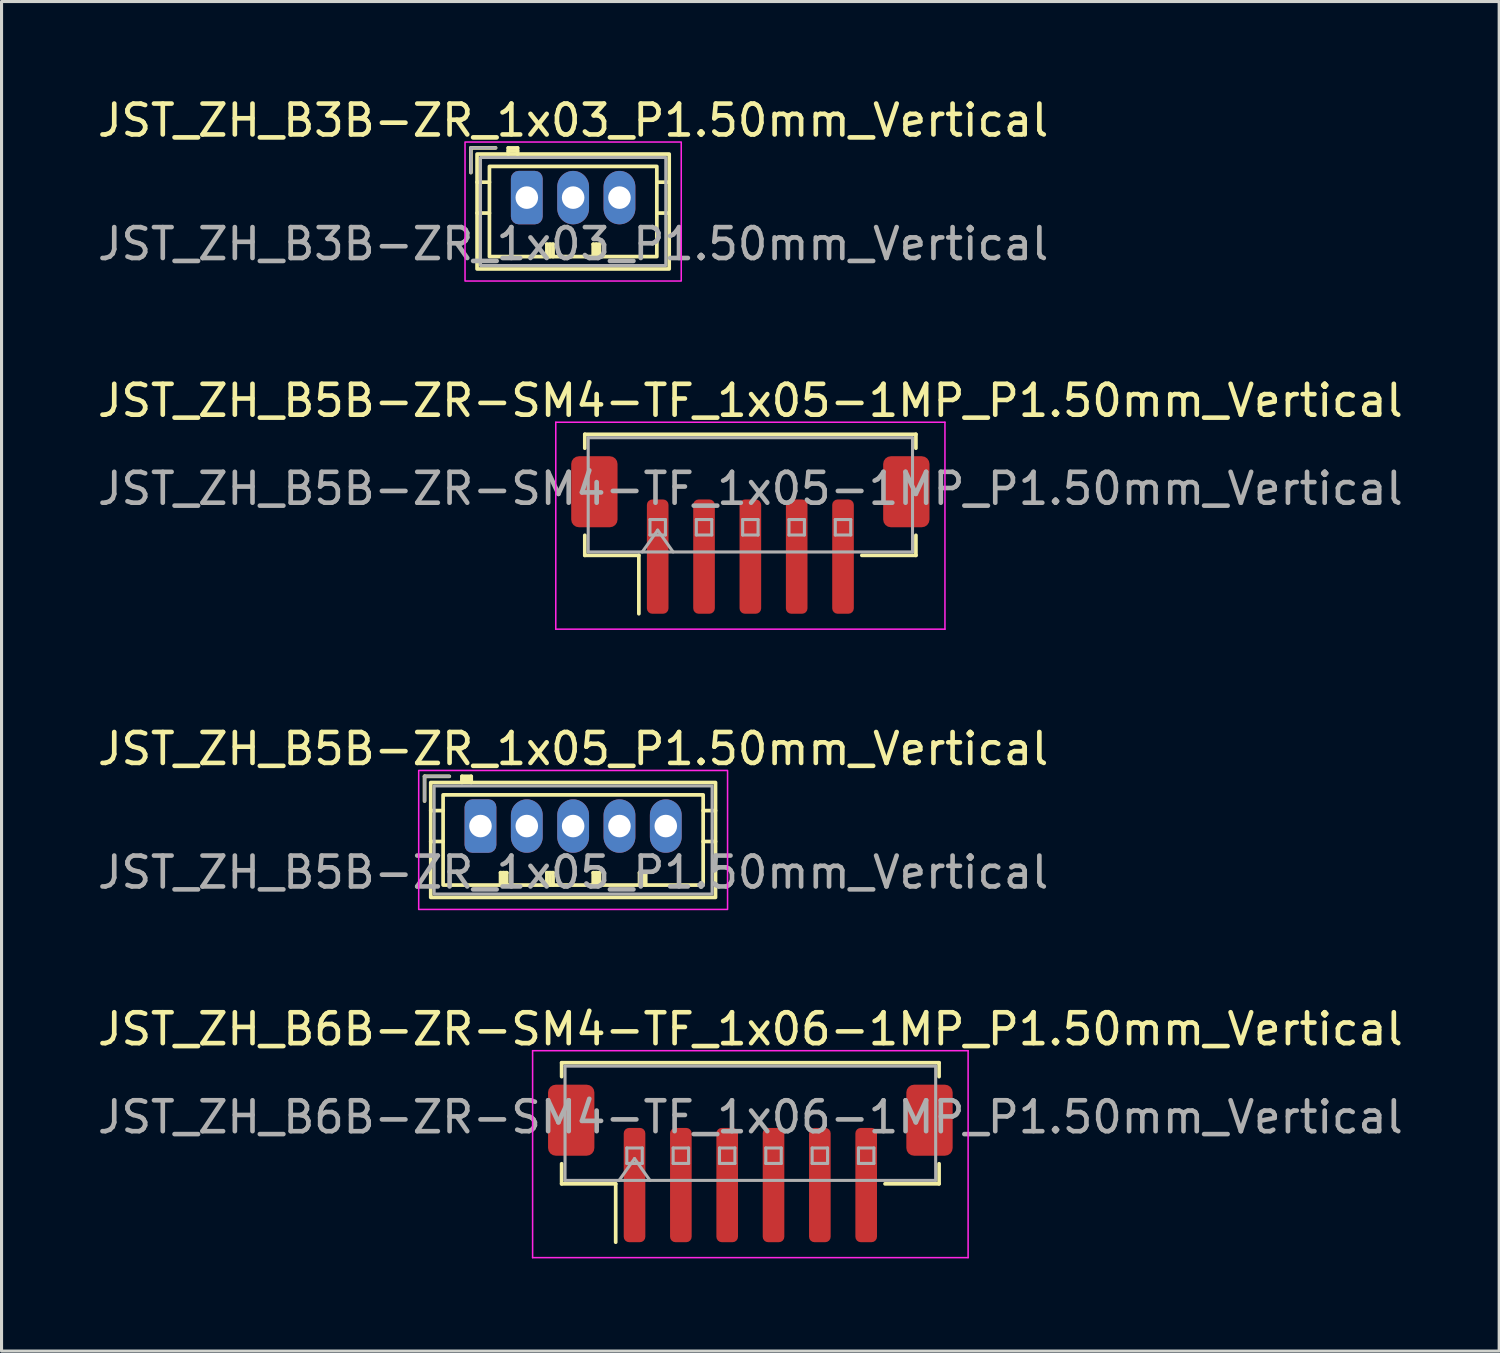
<source format=kicad_pcb>
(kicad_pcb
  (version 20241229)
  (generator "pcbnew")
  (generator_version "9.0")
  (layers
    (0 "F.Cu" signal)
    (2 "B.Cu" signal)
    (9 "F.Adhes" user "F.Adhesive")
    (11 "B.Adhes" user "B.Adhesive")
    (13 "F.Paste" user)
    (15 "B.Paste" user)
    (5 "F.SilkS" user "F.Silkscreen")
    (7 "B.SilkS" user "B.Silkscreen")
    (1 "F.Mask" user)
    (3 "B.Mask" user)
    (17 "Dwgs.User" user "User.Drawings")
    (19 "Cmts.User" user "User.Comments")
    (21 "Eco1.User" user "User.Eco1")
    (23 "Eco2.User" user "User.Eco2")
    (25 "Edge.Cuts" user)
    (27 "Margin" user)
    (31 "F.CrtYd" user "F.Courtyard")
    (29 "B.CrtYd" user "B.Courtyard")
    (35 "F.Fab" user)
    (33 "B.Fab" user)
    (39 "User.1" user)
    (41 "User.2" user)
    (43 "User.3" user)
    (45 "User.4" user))
  (footprint "JST_ZH_B5B-ZR_1x05_P1.50mm_Vertical"
    (layer "F.Cu")
    (at 12.506 23.695)
    (property "Reference" "JST_ZH_B5B-ZR_1x05_P1.50mm_Vertical" (at 3 -2.5 0) (layer "F.SilkS") (effects (font (size 1 1) (thickness 0.15))))
    (attr through_hole)
    (fp_line (start -1.81 -1.61) (end -1.81 -0.81) (stroke (width 0.12) (type solid)) (layer "F.SilkS"))
    (fp_line (start -1.61 -0.5) (end -1.21 -0.5) (stroke (width 0.12) (type solid)) (layer "F.SilkS"))
    (fp_line (start -1.61 0.5) (end -1.21 0.5) (stroke (width 0.12) (type solid)) (layer "F.SilkS"))
    (fp_line (start -1.01 -1.61) (end -1.81 -1.61) (stroke (width 0.12) (type solid)) (layer "F.SilkS"))
    (fp_line (start -0.6 -1.61) (end -0.6 -1.41) (stroke (width 0.12) (type solid)) (layer "F.SilkS"))
    (fp_line (start -0.3 -1.61) (end -0.6 -1.61) (stroke (width 0.12) (type solid)) (layer "F.SilkS"))
    (fp_line (start -0.3 -1.51) (end -0.6 -1.51) (stroke (width 0.12) (type solid)) (layer "F.SilkS"))
    (fp_line (start -0.3 -1.41) (end -0.3 -1.61) (stroke (width 0.12) (type solid)) (layer "F.SilkS"))
    (fp_line (start 0.65 1.51) (end 0.85 1.51) (stroke (width 0.12) (type solid)) (layer "F.SilkS"))
    (fp_line (start 0.65 1.91) (end 0.65 1.51) (stroke (width 0.12) (type solid)) (layer "F.SilkS"))
    (fp_line (start 0.75 1.91) (end 0.75 1.51) (stroke (width 0.12) (type solid)) (layer "F.SilkS"))
    (fp_line (start 0.85 1.51) (end 0.85 1.91) (stroke (width 0.12) (type solid)) (layer "F.SilkS"))
    (fp_line (start 2.15 1.51) (end 2.35 1.51) (stroke (width 0.12) (type solid)) (layer "F.SilkS"))
    (fp_line (start 2.15 1.91) (end 2.15 1.51) (stroke (width 0.12) (type solid)) (layer "F.SilkS"))
    (fp_line (start 2.25 1.91) (end 2.25 1.51) (stroke (width 0.12) (type solid)) (layer "F.SilkS"))
    (fp_line (start 2.35 1.51) (end 2.35 1.91) (stroke (width 0.12) (type solid)) (layer "F.SilkS"))
    (fp_line (start 3.65 1.51) (end 3.85 1.51) (stroke (width 0.12) (type solid)) (layer "F.SilkS"))
    (fp_line (start 3.65 1.91) (end 3.65 1.51) (stroke (width 0.12) (type solid)) (layer "F.SilkS"))
    (fp_line (start 3.75 1.91) (end 3.75 1.51) (stroke (width 0.12) (type solid)) (layer "F.SilkS"))
    (fp_line (start 3.85 1.51) (end 3.85 1.91) (stroke (width 0.12) (type solid)) (layer "F.SilkS"))
    (fp_line (start 5.15 1.51) (end 5.35 1.51) (stroke (width 0.12) (type solid)) (layer "F.SilkS"))
    (fp_line (start 5.15 1.91) (end 5.15 1.51) (stroke (width 0.12) (type solid)) (layer "F.SilkS"))
    (fp_line (start 5.25 1.91) (end 5.25 1.51) (stroke (width 0.12) (type solid)) (layer "F.SilkS"))
    (fp_line (start 5.35 1.51) (end 5.35 1.91) (stroke (width 0.12) (type solid)) (layer "F.SilkS"))
    (fp_line (start 7.61 -0.5) (end 7.21 -0.5) (stroke (width 0.12) (type solid)) (layer "F.SilkS"))
    (fp_line (start 7.61 0.5) (end 7.21 0.5) (stroke (width 0.12) (type solid)) (layer "F.SilkS"))
    (fp_rect (start -1.61 -1.41) (end 7.61 2.31) (stroke (width 0.12) (type solid)) (fill no) (layer "F.SilkS"))
    (fp_rect (start -1.21 -1.01) (end 7.21 1.91) (stroke (width 0.12) (type solid)) (fill no) (layer "F.SilkS"))
    (fp_rect (start -2 -1.8) (end 8 2.7) (stroke (width 0.05) (type solid)) (fill no) (layer "F.CrtYd"))
    (fp_line (start -1.81 -1.61) (end -1.81 -0.81) (stroke (width 0.1) (type solid)) (layer "F.Fab"))
    (fp_line (start -1.01 -1.61) (end -1.81 -1.61) (stroke (width 0.1) (type solid)) (layer "F.Fab"))
    (fp_rect (start -1.5 -1.3) (end 7.5 2.2) (stroke (width 0.1) (type solid)) (fill no) (layer "F.Fab"))
    (fp_text user "${REFERENCE}" (at 3 1.5 0) (layer "F.Fab") (effects (font (size 1 1) (thickness 0.15))))
    (pad "1" thru_hole roundrect (at 0 0) (size 1.03 1.73) (drill 0.73) (layers "*.Cu" "*.Mask") (roundrect_rratio 0.243))
    (pad "2" thru_hole oval (at 1.5 0) (size 1.03 1.73) (drill 0.73) (layers "*.Cu" "*.Mask"))
    (pad "3" thru_hole oval (at 3 0) (size 1.03 1.73) (drill 0.73) (layers "*.Cu" "*.Mask"))
    (pad "4" thru_hole oval (at 4.5 0) (size 1.03 1.73) (drill 0.73) (layers "*.Cu" "*.Mask"))
    (pad "5" thru_hole oval (at 6 0) (size 1.03 1.73) (drill 0.73) (layers "*.Cu" "*.Mask")))
  (footprint "JST_ZH_B3B-ZR_1x03_P1.50mm_Vertical"
    (layer "F.Cu")
    (at 14.006 3.348)
    (property "Reference" "JST_ZH_B3B-ZR_1x03_P1.50mm_Vertical" (at 1.5 -2.5 0) (layer "F.SilkS") (effects (font (size 1 1) (thickness 0.15))))
    (attr through_hole)
    (fp_line (start -1.81 -1.61) (end -1.81 -0.81) (stroke (width 0.12) (type solid)) (layer "F.SilkS"))
    (fp_line (start -1.61 -0.5) (end -1.21 -0.5) (stroke (width 0.12) (type solid)) (layer "F.SilkS"))
    (fp_line (start -1.61 0.5) (end -1.21 0.5) (stroke (width 0.12) (type solid)) (layer "F.SilkS"))
    (fp_line (start -1.01 -1.61) (end -1.81 -1.61) (stroke (width 0.12) (type solid)) (layer "F.SilkS"))
    (fp_line (start -0.6 -1.61) (end -0.6 -1.41) (stroke (width 0.12) (type solid)) (layer "F.SilkS"))
    (fp_line (start -0.3 -1.61) (end -0.6 -1.61) (stroke (width 0.12) (type solid)) (layer "F.SilkS"))
    (fp_line (start -0.3 -1.51) (end -0.6 -1.51) (stroke (width 0.12) (type solid)) (layer "F.SilkS"))
    (fp_line (start -0.3 -1.41) (end -0.3 -1.61) (stroke (width 0.12) (type solid)) (layer "F.SilkS"))
    (fp_line (start 0.65 1.51) (end 0.85 1.51) (stroke (width 0.12) (type solid)) (layer "F.SilkS"))
    (fp_line (start 0.65 1.91) (end 0.65 1.51) (stroke (width 0.12) (type solid)) (layer "F.SilkS"))
    (fp_line (start 0.75 1.91) (end 0.75 1.51) (stroke (width 0.12) (type solid)) (layer "F.SilkS"))
    (fp_line (start 0.85 1.51) (end 0.85 1.91) (stroke (width 0.12) (type solid)) (layer "F.SilkS"))
    (fp_line (start 2.15 1.51) (end 2.35 1.51) (stroke (width 0.12) (type solid)) (layer "F.SilkS"))
    (fp_line (start 2.15 1.91) (end 2.15 1.51) (stroke (width 0.12) (type solid)) (layer "F.SilkS"))
    (fp_line (start 2.25 1.91) (end 2.25 1.51) (stroke (width 0.12) (type solid)) (layer "F.SilkS"))
    (fp_line (start 2.35 1.51) (end 2.35 1.91) (stroke (width 0.12) (type solid)) (layer "F.SilkS"))
    (fp_line (start 4.61 -0.5) (end 4.21 -0.5) (stroke (width 0.12) (type solid)) (layer "F.SilkS"))
    (fp_line (start 4.61 0.5) (end 4.21 0.5) (stroke (width 0.12) (type solid)) (layer "F.SilkS"))
    (fp_rect (start -1.61 -1.41) (end 4.61 2.31) (stroke (width 0.12) (type solid)) (fill no) (layer "F.SilkS"))
    (fp_rect (start -1.21 -1.01) (end 4.21 1.91) (stroke (width 0.12) (type solid)) (fill no) (layer "F.SilkS"))
    (fp_rect (start -2 -1.8) (end 5 2.7) (stroke (width 0.05) (type solid)) (fill no) (layer "F.CrtYd"))
    (fp_line (start -1.81 -1.61) (end -1.81 -0.81) (stroke (width 0.1) (type solid)) (layer "F.Fab"))
    (fp_line (start -1.01 -1.61) (end -1.81 -1.61) (stroke (width 0.1) (type solid)) (layer "F.Fab"))
    (fp_rect (start -1.5 -1.3) (end 4.5 2.2) (stroke (width 0.1) (type solid)) (fill no) (layer "F.Fab"))
    (fp_text user "${REFERENCE}" (at 1.5 1.5 0) (layer "F.Fab") (effects (font (size 1 1) (thickness 0.15))))
    (pad "1" thru_hole roundrect (at 0 0) (size 1.03 1.73) (drill 0.73) (layers "*.Cu" "*.Mask") (roundrect_rratio 0.243))
    (pad "2" thru_hole oval (at 1.5 0) (size 1.03 1.73) (drill 0.73) (layers "*.Cu" "*.Mask"))
    (pad "3" thru_hole oval (at 3 0) (size 1.03 1.73) (drill 0.73) (layers "*.Cu" "*.Mask")))
  (footprint "JST_ZH_B6B-ZR-SM4-TF_1x06-1MP_P1.50mm_Vertical"
    (layer "F.Cu")
    (at 21.244 34.618)
    (property "Reference" "JST_ZH_B6B-ZR-SM4-TF_1x06-1MP_P1.50mm_Vertical" (at 0 -4.35 0) (layer "F.SilkS") (effects (font (size 1 1) (thickness 0.15))))
    (attr smd)
    (fp_line (start -6.11 -3.26) (end 6.11 -3.26) (stroke (width 0.12) (type solid)) (layer "F.SilkS"))
    (fp_line (start -6.11 -2.81) (end -6.11 -3.26) (stroke (width 0.12) (type solid)) (layer "F.SilkS"))
    (fp_line (start -6.11 0.01) (end -6.11 0.66) (stroke (width 0.12) (type solid)) (layer "F.SilkS"))
    (fp_line (start -6.11 0.66) (end -4.36 0.66) (stroke (width 0.12) (type solid)) (layer "F.SilkS"))
    (fp_line (start -4.36 0.66) (end -4.36 2.55) (stroke (width 0.12) (type solid)) (layer "F.SilkS"))
    (fp_line (start 6.11 -3.26) (end 6.11 -2.81) (stroke (width 0.12) (type solid)) (layer "F.SilkS"))
    (fp_line (start 6.11 0.01) (end 6.11 0.66) (stroke (width 0.12) (type solid)) (layer "F.SilkS"))
    (fp_line (start 6.11 0.66) (end 4.36 0.66) (stroke (width 0.12) (type solid)) (layer "F.SilkS"))
    (fp_line (start -7.05 -3.65) (end -7.05 3.05) (stroke (width 0.05) (type solid)) (layer "F.CrtYd"))
    (fp_line (start -7.05 3.05) (end 7.05 3.05) (stroke (width 0.05) (type solid)) (layer "F.CrtYd"))
    (fp_line (start 7.05 -3.65) (end -7.05 -3.65) (stroke (width 0.05) (type solid)) (layer "F.CrtYd"))
    (fp_line (start 7.05 3.05) (end 7.05 -3.65) (stroke (width 0.05) (type solid)) (layer "F.CrtYd"))
    (fp_line (start -6 -3.15) (end 6 -3.15) (stroke (width 0.1) (type solid)) (layer "F.Fab"))
    (fp_line (start -6 0.55) (end -6 -3.15) (stroke (width 0.1) (type solid)) (layer "F.Fab"))
    (fp_line (start -6 0.55) (end 6 0.55) (stroke (width 0.1) (type solid)) (layer "F.Fab"))
    (fp_line (start -4.25 0.55) (end -3.75 -0.157) (stroke (width 0.1) (type solid)) (layer "F.Fab"))
    (fp_line (start -4 -0.5) (end -4 0) (stroke (width 0.1) (type solid)) (layer "F.Fab"))
    (fp_line (start -4 0) (end -3.5 0) (stroke (width 0.1) (type solid)) (layer "F.Fab"))
    (fp_line (start -3.75 -0.157) (end -3.25 0.55) (stroke (width 0.1) (type solid)) (layer "F.Fab"))
    (fp_line (start -3.5 -0.5) (end -4 -0.5) (stroke (width 0.1) (type solid)) (layer "F.Fab"))
    (fp_line (start -3.5 0) (end -3.5 -0.5) (stroke (width 0.1) (type solid)) (layer "F.Fab"))
    (fp_line (start -2.5 -0.5) (end -2.5 0) (stroke (width 0.1) (type solid)) (layer "F.Fab"))
    (fp_line (start -2.5 0) (end -2 0) (stroke (width 0.1) (type solid)) (layer "F.Fab"))
    (fp_line (start -2 -0.5) (end -2.5 -0.5) (stroke (width 0.1) (type solid)) (layer "F.Fab"))
    (fp_line (start -2 0) (end -2 -0.5) (stroke (width 0.1) (type solid)) (layer "F.Fab"))
    (fp_line (start -1 -0.5) (end -1 0) (stroke (width 0.1) (type solid)) (layer "F.Fab"))
    (fp_line (start -1 0) (end -0.5 0) (stroke (width 0.1) (type solid)) (layer "F.Fab"))
    (fp_line (start -0.5 -0.5) (end -1 -0.5) (stroke (width 0.1) (type solid)) (layer "F.Fab"))
    (fp_line (start -0.5 0) (end -0.5 -0.5) (stroke (width 0.1) (type solid)) (layer "F.Fab"))
    (fp_line (start 0.5 -0.5) (end 0.5 0) (stroke (width 0.1) (type solid)) (layer "F.Fab"))
    (fp_line (start 0.5 0) (end 1 0) (stroke (width 0.1) (type solid)) (layer "F.Fab"))
    (fp_line (start 1 -0.5) (end 0.5 -0.5) (stroke (width 0.1) (type solid)) (layer "F.Fab"))
    (fp_line (start 1 0) (end 1 -0.5) (stroke (width 0.1) (type solid)) (layer "F.Fab"))
    (fp_line (start 2 -0.5) (end 2 0) (stroke (width 0.1) (type solid)) (layer "F.Fab"))
    (fp_line (start 2 0) (end 2.5 0) (stroke (width 0.1) (type solid)) (layer "F.Fab"))
    (fp_line (start 2.5 -0.5) (end 2 -0.5) (stroke (width 0.1) (type solid)) (layer "F.Fab"))
    (fp_line (start 2.5 0) (end 2.5 -0.5) (stroke (width 0.1) (type solid)) (layer "F.Fab"))
    (fp_line (start 3.5 -0.5) (end 3.5 0) (stroke (width 0.1) (type solid)) (layer "F.Fab"))
    (fp_line (start 3.5 0) (end 4 0) (stroke (width 0.1) (type solid)) (layer "F.Fab"))
    (fp_line (start 4 -0.5) (end 3.5 -0.5) (stroke (width 0.1) (type solid)) (layer "F.Fab"))
    (fp_line (start 4 0) (end 4 -0.5) (stroke (width 0.1) (type solid)) (layer "F.Fab"))
    (fp_line (start 6 0.55) (end 6 -3.15) (stroke (width 0.1) (type solid)) (layer "F.Fab"))
    (fp_text user "${REFERENCE}" (at 0 -1.5 0) (layer "F.Fab") (effects (font (size 1 1) (thickness 0.15))))
    (pad "1" smd roundrect (at -3.75 0.7) (size 0.7 3.7) (layers "F.Cu" "F.Mask" "F.Paste") (roundrect_rratio 0.25))
    (pad "2" smd roundrect (at -2.25 0.7) (size 0.7 3.7) (layers "F.Cu" "F.Mask" "F.Paste") (roundrect_rratio 0.25))
    (pad "3" smd roundrect (at -0.75 0.7) (size 0.7 3.7) (layers "F.Cu" "F.Mask" "F.Paste") (roundrect_rratio 0.25))
    (pad "4" smd roundrect (at 0.75 0.7) (size 0.7 3.7) (layers "F.Cu" "F.Mask" "F.Paste") (roundrect_rratio 0.25))
    (pad "5" smd roundrect (at 2.25 0.7) (size 0.7 3.7) (layers "F.Cu" "F.Mask" "F.Paste") (roundrect_rratio 0.25))
    (pad "6" smd roundrect (at 3.75 0.7) (size 0.7 3.7) (layers "F.Cu" "F.Mask" "F.Paste") (roundrect_rratio 0.25))
    (pad "MP" smd roundrect (at -5.8 -1.4) (size 1.5 2.3) (layers "F.Cu" "F.Mask" "F.Paste") (roundrect_rratio 0.167))
    (pad "MP" smd roundrect (at 5.8 -1.4) (size 1.5 2.3) (layers "F.Cu" "F.Mask" "F.Paste") (roundrect_rratio 0.167)))
  (footprint "JST_ZH_B5B-ZR-SM4-TF_1x05-1MP_P1.50mm_Vertical"
    (layer "F.Cu")
    (at 21.244 14.271)
    (property "Reference" "JST_ZH_B5B-ZR-SM4-TF_1x05-1MP_P1.50mm_Vertical" (at 0 -4.35 0) (layer "F.SilkS") (effects (font (size 1 1) (thickness 0.15))))
    (attr smd)
    (fp_line (start -5.36 -3.26) (end 5.36 -3.26) (stroke (width 0.12) (type solid)) (layer "F.SilkS"))
    (fp_line (start -5.36 -2.81) (end -5.36 -3.26) (stroke (width 0.12) (type solid)) (layer "F.SilkS"))
    (fp_line (start -5.36 0.01) (end -5.36 0.66) (stroke (width 0.12) (type solid)) (layer "F.SilkS"))
    (fp_line (start -5.36 0.66) (end -3.61 0.66) (stroke (width 0.12) (type solid)) (layer "F.SilkS"))
    (fp_line (start -3.61 0.66) (end -3.61 2.55) (stroke (width 0.12) (type solid)) (layer "F.SilkS"))
    (fp_line (start 5.36 -3.26) (end 5.36 -2.81) (stroke (width 0.12) (type solid)) (layer "F.SilkS"))
    (fp_line (start 5.36 0.01) (end 5.36 0.66) (stroke (width 0.12) (type solid)) (layer "F.SilkS"))
    (fp_line (start 5.36 0.66) (end 3.61 0.66) (stroke (width 0.12) (type solid)) (layer "F.SilkS"))
    (fp_line (start -6.3 -3.65) (end -6.3 3.05) (stroke (width 0.05) (type solid)) (layer "F.CrtYd"))
    (fp_line (start -6.3 3.05) (end 6.3 3.05) (stroke (width 0.05) (type solid)) (layer "F.CrtYd"))
    (fp_line (start 6.3 -3.65) (end -6.3 -3.65) (stroke (width 0.05) (type solid)) (layer "F.CrtYd"))
    (fp_line (start 6.3 3.05) (end 6.3 -3.65) (stroke (width 0.05) (type solid)) (layer "F.CrtYd"))
    (fp_line (start -5.25 -3.15) (end 5.25 -3.15) (stroke (width 0.1) (type solid)) (layer "F.Fab"))
    (fp_line (start -5.25 0.55) (end -5.25 -3.15) (stroke (width 0.1) (type solid)) (layer "F.Fab"))
    (fp_line (start -5.25 0.55) (end 5.25 0.55) (stroke (width 0.1) (type solid)) (layer "F.Fab"))
    (fp_line (start -3.5 0.55) (end -3 -0.157) (stroke (width 0.1) (type solid)) (layer "F.Fab"))
    (fp_line (start -3.25 -0.5) (end -3.25 0) (stroke (width 0.1) (type solid)) (layer "F.Fab"))
    (fp_line (start -3.25 0) (end -2.75 0) (stroke (width 0.1) (type solid)) (layer "F.Fab"))
    (fp_line (start -3 -0.157) (end -2.5 0.55) (stroke (width 0.1) (type solid)) (layer "F.Fab"))
    (fp_line (start -2.75 -0.5) (end -3.25 -0.5) (stroke (width 0.1) (type solid)) (layer "F.Fab"))
    (fp_line (start -2.75 0) (end -2.75 -0.5) (stroke (width 0.1) (type solid)) (layer "F.Fab"))
    (fp_line (start -1.75 -0.5) (end -1.75 0) (stroke (width 0.1) (type solid)) (layer "F.Fab"))
    (fp_line (start -1.75 0) (end -1.25 0) (stroke (width 0.1) (type solid)) (layer "F.Fab"))
    (fp_line (start -1.25 -0.5) (end -1.75 -0.5) (stroke (width 0.1) (type solid)) (layer "F.Fab"))
    (fp_line (start -1.25 0) (end -1.25 -0.5) (stroke (width 0.1) (type solid)) (layer "F.Fab"))
    (fp_line (start -0.25 -0.5) (end -0.25 0) (stroke (width 0.1) (type solid)) (layer "F.Fab"))
    (fp_line (start -0.25 0) (end 0.25 0) (stroke (width 0.1) (type solid)) (layer "F.Fab"))
    (fp_line (start 0.25 -0.5) (end -0.25 -0.5) (stroke (width 0.1) (type solid)) (layer "F.Fab"))
    (fp_line (start 0.25 0) (end 0.25 -0.5) (stroke (width 0.1) (type solid)) (layer "F.Fab"))
    (fp_line (start 1.25 -0.5) (end 1.25 0) (stroke (width 0.1) (type solid)) (layer "F.Fab"))
    (fp_line (start 1.25 0) (end 1.75 0) (stroke (width 0.1) (type solid)) (layer "F.Fab"))
    (fp_line (start 1.75 -0.5) (end 1.25 -0.5) (stroke (width 0.1) (type solid)) (layer "F.Fab"))
    (fp_line (start 1.75 0) (end 1.75 -0.5) (stroke (width 0.1) (type solid)) (layer "F.Fab"))
    (fp_line (start 2.75 -0.5) (end 2.75 0) (stroke (width 0.1) (type solid)) (layer "F.Fab"))
    (fp_line (start 2.75 0) (end 3.25 0) (stroke (width 0.1) (type solid)) (layer "F.Fab"))
    (fp_line (start 3.25 -0.5) (end 2.75 -0.5) (stroke (width 0.1) (type solid)) (layer "F.Fab"))
    (fp_line (start 3.25 0) (end 3.25 -0.5) (stroke (width 0.1) (type solid)) (layer "F.Fab"))
    (fp_line (start 5.25 0.55) (end 5.25 -3.15) (stroke (width 0.1) (type solid)) (layer "F.Fab"))
    (fp_text user "${REFERENCE}" (at 0 -1.5 0) (layer "F.Fab") (effects (font (size 1 1) (thickness 0.15))))
    (pad "1" smd roundrect (at -3 0.7) (size 0.7 3.7) (layers "F.Cu" "F.Mask" "F.Paste") (roundrect_rratio 0.25))
    (pad "2" smd roundrect (at -1.5 0.7) (size 0.7 3.7) (layers "F.Cu" "F.Mask" "F.Paste") (roundrect_rratio 0.25))
    (pad "3" smd roundrect (at 0 0.7) (size 0.7 3.7) (layers "F.Cu" "F.Mask" "F.Paste") (roundrect_rratio 0.25))
    (pad "4" smd roundrect (at 1.5 0.7) (size 0.7 3.7) (layers "F.Cu" "F.Mask" "F.Paste") (roundrect_rratio 0.25))
    (pad "5" smd roundrect (at 3 0.7) (size 0.7 3.7) (layers "F.Cu" "F.Mask" "F.Paste") (roundrect_rratio 0.25))
    (pad "MP" smd roundrect (at -5.05 -1.4) (size 1.5 2.3) (layers "F.Cu" "F.Mask" "F.Paste") (roundrect_rratio 0.167))
    (pad "MP" smd roundrect (at 5.05 -1.4) (size 1.5 2.3) (layers "F.Cu" "F.Mask" "F.Paste") (roundrect_rratio 0.167)))
  (gr_rect
    (start -3 -3)
    (end 45.488 40.693)
    (stroke (width 0.1) (type default))
    (fill no)
    (layer "Edge.Cuts")))
</source>
